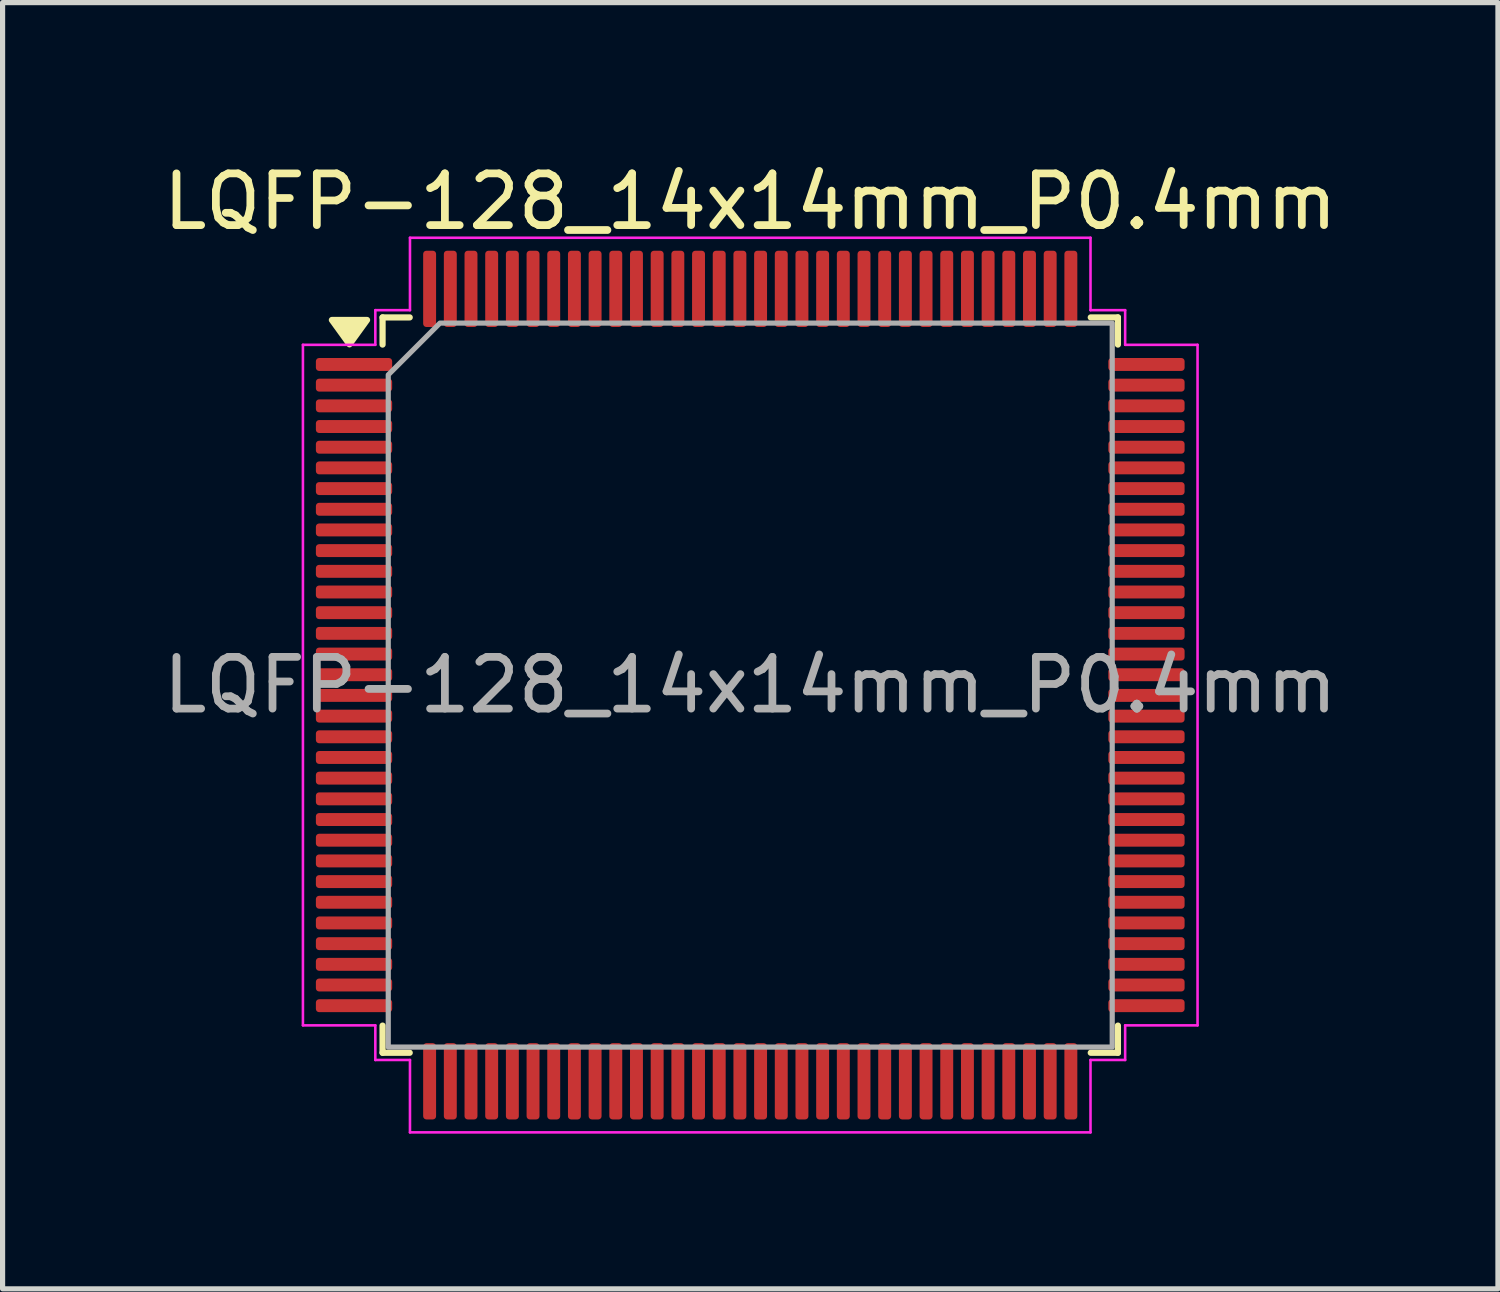
<source format=kicad_pcb>
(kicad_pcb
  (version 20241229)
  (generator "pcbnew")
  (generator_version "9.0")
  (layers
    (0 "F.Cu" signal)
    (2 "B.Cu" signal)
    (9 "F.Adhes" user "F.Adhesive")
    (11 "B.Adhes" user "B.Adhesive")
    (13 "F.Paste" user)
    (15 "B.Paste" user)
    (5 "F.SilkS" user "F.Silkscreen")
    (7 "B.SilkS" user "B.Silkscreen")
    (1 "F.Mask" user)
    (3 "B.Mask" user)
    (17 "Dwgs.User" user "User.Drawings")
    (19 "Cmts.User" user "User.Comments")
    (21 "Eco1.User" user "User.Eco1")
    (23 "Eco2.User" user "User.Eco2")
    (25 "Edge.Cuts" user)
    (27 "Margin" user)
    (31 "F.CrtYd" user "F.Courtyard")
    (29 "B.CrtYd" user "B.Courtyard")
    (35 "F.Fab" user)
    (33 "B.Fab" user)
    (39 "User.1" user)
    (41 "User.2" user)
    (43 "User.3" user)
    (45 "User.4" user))
  (footprint "LQFP-128_14x14mm_P0.4mm"
    (layer "F.Cu")
    (at 11.458 10.198)
    (property "Reference" "LQFP-128_14x14mm_P0.4mm" (at 0 -9.35 0) (layer "F.SilkS") (effects (font (size 1 1) (thickness 0.15))))
    (attr smd)
    (fp_line (start -7.11 -7.11) (end -6.585 -7.11) (stroke (width 0.12) (type solid)) (layer "F.SilkS"))
    (fp_line (start -7.11 -6.585) (end -7.11 -7.11) (stroke (width 0.12) (type solid)) (layer "F.SilkS"))
    (fp_line (start -7.11 7.11) (end -7.11 6.585) (stroke (width 0.12) (type solid)) (layer "F.SilkS"))
    (fp_line (start -6.585 7.11) (end -7.11 7.11) (stroke (width 0.12) (type solid)) (layer "F.SilkS"))
    (fp_line (start 6.585 -7.11) (end 7.11 -7.11) (stroke (width 0.12) (type solid)) (layer "F.SilkS"))
    (fp_line (start 7.11 -7.11) (end 7.11 -6.585) (stroke (width 0.12) (type solid)) (layer "F.SilkS"))
    (fp_line (start 7.11 6.585) (end 7.11 7.11) (stroke (width 0.12) (type solid)) (layer "F.SilkS"))
    (fp_line (start 7.11 7.11) (end 6.585 7.11) (stroke (width 0.12) (type solid)) (layer "F.SilkS"))
    (fp_poly (pts (xy -7.75 -6.59) (xy -8.09 -7.06) (xy -7.41 -7.06)) (stroke (width 0.12) (type solid)) (fill yes) (layer "F.SilkS"))
    (fp_line (start -8.65 -6.58) (end -7.25 -6.58) (stroke (width 0.05) (type solid)) (layer "F.CrtYd"))
    (fp_line (start -8.65 6.58) (end -8.65 -6.58) (stroke (width 0.05) (type solid)) (layer "F.CrtYd"))
    (fp_line (start -7.25 -7.25) (end -6.58 -7.25) (stroke (width 0.05) (type solid)) (layer "F.CrtYd"))
    (fp_line (start -7.25 -6.58) (end -7.25 -7.25) (stroke (width 0.05) (type solid)) (layer "F.CrtYd"))
    (fp_line (start -7.25 6.58) (end -8.65 6.58) (stroke (width 0.05) (type solid)) (layer "F.CrtYd"))
    (fp_line (start -7.25 7.25) (end -7.25 6.58) (stroke (width 0.05) (type solid)) (layer "F.CrtYd"))
    (fp_line (start -6.58 -8.65) (end 6.58 -8.65) (stroke (width 0.05) (type solid)) (layer "F.CrtYd"))
    (fp_line (start -6.58 -7.25) (end -6.58 -8.65) (stroke (width 0.05) (type solid)) (layer "F.CrtYd"))
    (fp_line (start -6.58 7.25) (end -7.25 7.25) (stroke (width 0.05) (type solid)) (layer "F.CrtYd"))
    (fp_line (start -6.58 8.65) (end -6.58 7.25) (stroke (width 0.05) (type solid)) (layer "F.CrtYd"))
    (fp_line (start 6.58 -8.65) (end 6.58 -7.25) (stroke (width 0.05) (type solid)) (layer "F.CrtYd"))
    (fp_line (start 6.58 -7.25) (end 7.25 -7.25) (stroke (width 0.05) (type solid)) (layer "F.CrtYd"))
    (fp_line (start 6.58 7.25) (end 6.58 8.65) (stroke (width 0.05) (type solid)) (layer "F.CrtYd"))
    (fp_line (start 6.58 8.65) (end -6.58 8.65) (stroke (width 0.05) (type solid)) (layer "F.CrtYd"))
    (fp_line (start 7.25 -7.25) (end 7.25 -6.58) (stroke (width 0.05) (type solid)) (layer "F.CrtYd"))
    (fp_line (start 7.25 -6.58) (end 8.65 -6.58) (stroke (width 0.05) (type solid)) (layer "F.CrtYd"))
    (fp_line (start 7.25 6.58) (end 7.25 7.25) (stroke (width 0.05) (type solid)) (layer "F.CrtYd"))
    (fp_line (start 7.25 7.25) (end 6.58 7.25) (stroke (width 0.05) (type solid)) (layer "F.CrtYd"))
    (fp_line (start 8.65 -6.58) (end 8.65 6.58) (stroke (width 0.05) (type solid)) (layer "F.CrtYd"))
    (fp_line (start 8.65 6.58) (end 7.25 6.58) (stroke (width 0.05) (type solid)) (layer "F.CrtYd"))
    (fp_poly (pts (xy -7 -6) (xy -7 7) (xy 7 7) (xy 7 -7) (xy -6 -7)) (stroke (width 0.1) (type solid)) (fill no) (layer "F.Fab"))
    (fp_text user "${REFERENCE}" (at 0 0 0) (layer "F.Fab") (effects (font (size 1 1) (thickness 0.15))))
    (pad "1" smd roundrect (at -7.662 -6.2) (size 1.475 0.25) (layers "F.Cu" "F.Mask" "F.Paste") (roundrect_rratio 0.25))
    (pad "2" smd roundrect (at -7.662 -5.8) (size 1.475 0.25) (layers "F.Cu" "F.Mask" "F.Paste") (roundrect_rratio 0.25))
    (pad "3" smd roundrect (at -7.662 -5.4) (size 1.475 0.25) (layers "F.Cu" "F.Mask" "F.Paste") (roundrect_rratio 0.25))
    (pad "4" smd roundrect (at -7.662 -5) (size 1.475 0.25) (layers "F.Cu" "F.Mask" "F.Paste") (roundrect_rratio 0.25))
    (pad "5" smd roundrect (at -7.662 -4.6) (size 1.475 0.25) (layers "F.Cu" "F.Mask" "F.Paste") (roundrect_rratio 0.25))
    (pad "6" smd roundrect (at -7.662 -4.2) (size 1.475 0.25) (layers "F.Cu" "F.Mask" "F.Paste") (roundrect_rratio 0.25))
    (pad "7" smd roundrect (at -7.662 -3.8) (size 1.475 0.25) (layers "F.Cu" "F.Mask" "F.Paste") (roundrect_rratio 0.25))
    (pad "8" smd roundrect (at -7.662 -3.4) (size 1.475 0.25) (layers "F.Cu" "F.Mask" "F.Paste") (roundrect_rratio 0.25))
    (pad "9" smd roundrect (at -7.662 -3) (size 1.475 0.25) (layers "F.Cu" "F.Mask" "F.Paste") (roundrect_rratio 0.25))
    (pad "10" smd roundrect (at -7.662 -2.6) (size 1.475 0.25) (layers "F.Cu" "F.Mask" "F.Paste") (roundrect_rratio 0.25))
    (pad "11" smd roundrect (at -7.662 -2.2) (size 1.475 0.25) (layers "F.Cu" "F.Mask" "F.Paste") (roundrect_rratio 0.25))
    (pad "12" smd roundrect (at -7.662 -1.8) (size 1.475 0.25) (layers "F.Cu" "F.Mask" "F.Paste") (roundrect_rratio 0.25))
    (pad "13" smd roundrect (at -7.662 -1.4) (size 1.475 0.25) (layers "F.Cu" "F.Mask" "F.Paste") (roundrect_rratio 0.25))
    (pad "14" smd roundrect (at -7.662 -1) (size 1.475 0.25) (layers "F.Cu" "F.Mask" "F.Paste") (roundrect_rratio 0.25))
    (pad "15" smd roundrect (at -7.662 -0.6) (size 1.475 0.25) (layers "F.Cu" "F.Mask" "F.Paste") (roundrect_rratio 0.25))
    (pad "16" smd roundrect (at -7.662 -0.2) (size 1.475 0.25) (layers "F.Cu" "F.Mask" "F.Paste") (roundrect_rratio 0.25))
    (pad "17" smd roundrect (at -7.662 0.2) (size 1.475 0.25) (layers "F.Cu" "F.Mask" "F.Paste") (roundrect_rratio 0.25))
    (pad "18" smd roundrect (at -7.662 0.6) (size 1.475 0.25) (layers "F.Cu" "F.Mask" "F.Paste") (roundrect_rratio 0.25))
    (pad "19" smd roundrect (at -7.662 1) (size 1.475 0.25) (layers "F.Cu" "F.Mask" "F.Paste") (roundrect_rratio 0.25))
    (pad "20" smd roundrect (at -7.662 1.4) (size 1.475 0.25) (layers "F.Cu" "F.Mask" "F.Paste") (roundrect_rratio 0.25))
    (pad "21" smd roundrect (at -7.662 1.8) (size 1.475 0.25) (layers "F.Cu" "F.Mask" "F.Paste") (roundrect_rratio 0.25))
    (pad "22" smd roundrect (at -7.662 2.2) (size 1.475 0.25) (layers "F.Cu" "F.Mask" "F.Paste") (roundrect_rratio 0.25))
    (pad "23" smd roundrect (at -7.662 2.6) (size 1.475 0.25) (layers "F.Cu" "F.Mask" "F.Paste") (roundrect_rratio 0.25))
    (pad "24" smd roundrect (at -7.662 3) (size 1.475 0.25) (layers "F.Cu" "F.Mask" "F.Paste") (roundrect_rratio 0.25))
    (pad "25" smd roundrect (at -7.662 3.4) (size 1.475 0.25) (layers "F.Cu" "F.Mask" "F.Paste") (roundrect_rratio 0.25))
    (pad "26" smd roundrect (at -7.662 3.8) (size 1.475 0.25) (layers "F.Cu" "F.Mask" "F.Paste") (roundrect_rratio 0.25))
    (pad "27" smd roundrect (at -7.662 4.2) (size 1.475 0.25) (layers "F.Cu" "F.Mask" "F.Paste") (roundrect_rratio 0.25))
    (pad "28" smd roundrect (at -7.662 4.6) (size 1.475 0.25) (layers "F.Cu" "F.Mask" "F.Paste") (roundrect_rratio 0.25))
    (pad "29" smd roundrect (at -7.662 5) (size 1.475 0.25) (layers "F.Cu" "F.Mask" "F.Paste") (roundrect_rratio 0.25))
    (pad "30" smd roundrect (at -7.662 5.4) (size 1.475 0.25) (layers "F.Cu" "F.Mask" "F.Paste") (roundrect_rratio 0.25))
    (pad "31" smd roundrect (at -7.662 5.8) (size 1.475 0.25) (layers "F.Cu" "F.Mask" "F.Paste") (roundrect_rratio 0.25))
    (pad "32" smd roundrect (at -7.662 6.2) (size 1.475 0.25) (layers "F.Cu" "F.Mask" "F.Paste") (roundrect_rratio 0.25))
    (pad "33" smd roundrect (at -6.2 7.662) (size 0.25 1.475) (layers "F.Cu" "F.Mask" "F.Paste") (roundrect_rratio 0.25))
    (pad "34" smd roundrect (at -5.8 7.662) (size 0.25 1.475) (layers "F.Cu" "F.Mask" "F.Paste") (roundrect_rratio 0.25))
    (pad "35" smd roundrect (at -5.4 7.662) (size 0.25 1.475) (layers "F.Cu" "F.Mask" "F.Paste") (roundrect_rratio 0.25))
    (pad "36" smd roundrect (at -5 7.662) (size 0.25 1.475) (layers "F.Cu" "F.Mask" "F.Paste") (roundrect_rratio 0.25))
    (pad "37" smd roundrect (at -4.6 7.662) (size 0.25 1.475) (layers "F.Cu" "F.Mask" "F.Paste") (roundrect_rratio 0.25))
    (pad "38" smd roundrect (at -4.2 7.662) (size 0.25 1.475) (layers "F.Cu" "F.Mask" "F.Paste") (roundrect_rratio 0.25))
    (pad "39" smd roundrect (at -3.8 7.662) (size 0.25 1.475) (layers "F.Cu" "F.Mask" "F.Paste") (roundrect_rratio 0.25))
    (pad "40" smd roundrect (at -3.4 7.662) (size 0.25 1.475) (layers "F.Cu" "F.Mask" "F.Paste") (roundrect_rratio 0.25))
    (pad "41" smd roundrect (at -3 7.662) (size 0.25 1.475) (layers "F.Cu" "F.Mask" "F.Paste") (roundrect_rratio 0.25))
    (pad "42" smd roundrect (at -2.6 7.662) (size 0.25 1.475) (layers "F.Cu" "F.Mask" "F.Paste") (roundrect_rratio 0.25))
    (pad "43" smd roundrect (at -2.2 7.662) (size 0.25 1.475) (layers "F.Cu" "F.Mask" "F.Paste") (roundrect_rratio 0.25))
    (pad "44" smd roundrect (at -1.8 7.662) (size 0.25 1.475) (layers "F.Cu" "F.Mask" "F.Paste") (roundrect_rratio 0.25))
    (pad "45" smd roundrect (at -1.4 7.662) (size 0.25 1.475) (layers "F.Cu" "F.Mask" "F.Paste") (roundrect_rratio 0.25))
    (pad "46" smd roundrect (at -1 7.662) (size 0.25 1.475) (layers "F.Cu" "F.Mask" "F.Paste") (roundrect_rratio 0.25))
    (pad "47" smd roundrect (at -0.6 7.662) (size 0.25 1.475) (layers "F.Cu" "F.Mask" "F.Paste") (roundrect_rratio 0.25))
    (pad "48" smd roundrect (at -0.2 7.662) (size 0.25 1.475) (layers "F.Cu" "F.Mask" "F.Paste") (roundrect_rratio 0.25))
    (pad "49" smd roundrect (at 0.2 7.662) (size 0.25 1.475) (layers "F.Cu" "F.Mask" "F.Paste") (roundrect_rratio 0.25))
    (pad "50" smd roundrect (at 0.6 7.662) (size 0.25 1.475) (layers "F.Cu" "F.Mask" "F.Paste") (roundrect_rratio 0.25))
    (pad "51" smd roundrect (at 1 7.662) (size 0.25 1.475) (layers "F.Cu" "F.Mask" "F.Paste") (roundrect_rratio 0.25))
    (pad "52" smd roundrect (at 1.4 7.662) (size 0.25 1.475) (layers "F.Cu" "F.Mask" "F.Paste") (roundrect_rratio 0.25))
    (pad "53" smd roundrect (at 1.8 7.662) (size 0.25 1.475) (layers "F.Cu" "F.Mask" "F.Paste") (roundrect_rratio 0.25))
    (pad "54" smd roundrect (at 2.2 7.662) (size 0.25 1.475) (layers "F.Cu" "F.Mask" "F.Paste") (roundrect_rratio 0.25))
    (pad "55" smd roundrect (at 2.6 7.662) (size 0.25 1.475) (layers "F.Cu" "F.Mask" "F.Paste") (roundrect_rratio 0.25))
    (pad "56" smd roundrect (at 3 7.662) (size 0.25 1.475) (layers "F.Cu" "F.Mask" "F.Paste") (roundrect_rratio 0.25))
    (pad "57" smd roundrect (at 3.4 7.662) (size 0.25 1.475) (layers "F.Cu" "F.Mask" "F.Paste") (roundrect_rratio 0.25))
    (pad "58" smd roundrect (at 3.8 7.662) (size 0.25 1.475) (layers "F.Cu" "F.Mask" "F.Paste") (roundrect_rratio 0.25))
    (pad "59" smd roundrect (at 4.2 7.662) (size 0.25 1.475) (layers "F.Cu" "F.Mask" "F.Paste") (roundrect_rratio 0.25))
    (pad "60" smd roundrect (at 4.6 7.662) (size 0.25 1.475) (layers "F.Cu" "F.Mask" "F.Paste") (roundrect_rratio 0.25))
    (pad "61" smd roundrect (at 5 7.662) (size 0.25 1.475) (layers "F.Cu" "F.Mask" "F.Paste") (roundrect_rratio 0.25))
    (pad "62" smd roundrect (at 5.4 7.662) (size 0.25 1.475) (layers "F.Cu" "F.Mask" "F.Paste") (roundrect_rratio 0.25))
    (pad "63" smd roundrect (at 5.8 7.662) (size 0.25 1.475) (layers "F.Cu" "F.Mask" "F.Paste") (roundrect_rratio 0.25))
    (pad "64" smd roundrect (at 6.2 7.662) (size 0.25 1.475) (layers "F.Cu" "F.Mask" "F.Paste") (roundrect_rratio 0.25))
    (pad "65" smd roundrect (at 7.662 6.2) (size 1.475 0.25) (layers "F.Cu" "F.Mask" "F.Paste") (roundrect_rratio 0.25))
    (pad "66" smd roundrect (at 7.662 5.8) (size 1.475 0.25) (layers "F.Cu" "F.Mask" "F.Paste") (roundrect_rratio 0.25))
    (pad "67" smd roundrect (at 7.662 5.4) (size 1.475 0.25) (layers "F.Cu" "F.Mask" "F.Paste") (roundrect_rratio 0.25))
    (pad "68" smd roundrect (at 7.662 5) (size 1.475 0.25) (layers "F.Cu" "F.Mask" "F.Paste") (roundrect_rratio 0.25))
    (pad "69" smd roundrect (at 7.662 4.6) (size 1.475 0.25) (layers "F.Cu" "F.Mask" "F.Paste") (roundrect_rratio 0.25))
    (pad "70" smd roundrect (at 7.662 4.2) (size 1.475 0.25) (layers "F.Cu" "F.Mask" "F.Paste") (roundrect_rratio 0.25))
    (pad "71" smd roundrect (at 7.662 3.8) (size 1.475 0.25) (layers "F.Cu" "F.Mask" "F.Paste") (roundrect_rratio 0.25))
    (pad "72" smd roundrect (at 7.662 3.4) (size 1.475 0.25) (layers "F.Cu" "F.Mask" "F.Paste") (roundrect_rratio 0.25))
    (pad "73" smd roundrect (at 7.662 3) (size 1.475 0.25) (layers "F.Cu" "F.Mask" "F.Paste") (roundrect_rratio 0.25))
    (pad "74" smd roundrect (at 7.662 2.6) (size 1.475 0.25) (layers "F.Cu" "F.Mask" "F.Paste") (roundrect_rratio 0.25))
    (pad "75" smd roundrect (at 7.662 2.2) (size 1.475 0.25) (layers "F.Cu" "F.Mask" "F.Paste") (roundrect_rratio 0.25))
    (pad "76" smd roundrect (at 7.662 1.8) (size 1.475 0.25) (layers "F.Cu" "F.Mask" "F.Paste") (roundrect_rratio 0.25))
    (pad "77" smd roundrect (at 7.662 1.4) (size 1.475 0.25) (layers "F.Cu" "F.Mask" "F.Paste") (roundrect_rratio 0.25))
    (pad "78" smd roundrect (at 7.662 1) (size 1.475 0.25) (layers "F.Cu" "F.Mask" "F.Paste") (roundrect_rratio 0.25))
    (pad "79" smd roundrect (at 7.662 0.6) (size 1.475 0.25) (layers "F.Cu" "F.Mask" "F.Paste") (roundrect_rratio 0.25))
    (pad "80" smd roundrect (at 7.662 0.2) (size 1.475 0.25) (layers "F.Cu" "F.Mask" "F.Paste") (roundrect_rratio 0.25))
    (pad "81" smd roundrect (at 7.662 -0.2) (size 1.475 0.25) (layers "F.Cu" "F.Mask" "F.Paste") (roundrect_rratio 0.25))
    (pad "82" smd roundrect (at 7.662 -0.6) (size 1.475 0.25) (layers "F.Cu" "F.Mask" "F.Paste") (roundrect_rratio 0.25))
    (pad "83" smd roundrect (at 7.662 -1) (size 1.475 0.25) (layers "F.Cu" "F.Mask" "F.Paste") (roundrect_rratio 0.25))
    (pad "84" smd roundrect (at 7.662 -1.4) (size 1.475 0.25) (layers "F.Cu" "F.Mask" "F.Paste") (roundrect_rratio 0.25))
    (pad "85" smd roundrect (at 7.662 -1.8) (size 1.475 0.25) (layers "F.Cu" "F.Mask" "F.Paste") (roundrect_rratio 0.25))
    (pad "86" smd roundrect (at 7.662 -2.2) (size 1.475 0.25) (layers "F.Cu" "F.Mask" "F.Paste") (roundrect_rratio 0.25))
    (pad "87" smd roundrect (at 7.662 -2.6) (size 1.475 0.25) (layers "F.Cu" "F.Mask" "F.Paste") (roundrect_rratio 0.25))
    (pad "88" smd roundrect (at 7.662 -3) (size 1.475 0.25) (layers "F.Cu" "F.Mask" "F.Paste") (roundrect_rratio 0.25))
    (pad "89" smd roundrect (at 7.662 -3.4) (size 1.475 0.25) (layers "F.Cu" "F.Mask" "F.Paste") (roundrect_rratio 0.25))
    (pad "90" smd roundrect (at 7.662 -3.8) (size 1.475 0.25) (layers "F.Cu" "F.Mask" "F.Paste") (roundrect_rratio 0.25))
    (pad "91" smd roundrect (at 7.662 -4.2) (size 1.475 0.25) (layers "F.Cu" "F.Mask" "F.Paste") (roundrect_rratio 0.25))
    (pad "92" smd roundrect (at 7.662 -4.6) (size 1.475 0.25) (layers "F.Cu" "F.Mask" "F.Paste") (roundrect_rratio 0.25))
    (pad "93" smd roundrect (at 7.662 -5) (size 1.475 0.25) (layers "F.Cu" "F.Mask" "F.Paste") (roundrect_rratio 0.25))
    (pad "94" smd roundrect (at 7.662 -5.4) (size 1.475 0.25) (layers "F.Cu" "F.Mask" "F.Paste") (roundrect_rratio 0.25))
    (pad "95" smd roundrect (at 7.662 -5.8) (size 1.475 0.25) (layers "F.Cu" "F.Mask" "F.Paste") (roundrect_rratio 0.25))
    (pad "96" smd roundrect (at 7.662 -6.2) (size 1.475 0.25) (layers "F.Cu" "F.Mask" "F.Paste") (roundrect_rratio 0.25))
    (pad "97" smd roundrect (at 6.2 -7.662) (size 0.25 1.475) (layers "F.Cu" "F.Mask" "F.Paste") (roundrect_rratio 0.25))
    (pad "98" smd roundrect (at 5.8 -7.662) (size 0.25 1.475) (layers "F.Cu" "F.Mask" "F.Paste") (roundrect_rratio 0.25))
    (pad "99" smd roundrect (at 5.4 -7.662) (size 0.25 1.475) (layers "F.Cu" "F.Mask" "F.Paste") (roundrect_rratio 0.25))
    (pad "100" smd roundrect (at 5 -7.662) (size 0.25 1.475) (layers "F.Cu" "F.Mask" "F.Paste") (roundrect_rratio 0.25))
    (pad "101" smd roundrect (at 4.6 -7.662) (size 0.25 1.475) (layers "F.Cu" "F.Mask" "F.Paste") (roundrect_rratio 0.25))
    (pad "102" smd roundrect (at 4.2 -7.662) (size 0.25 1.475) (layers "F.Cu" "F.Mask" "F.Paste") (roundrect_rratio 0.25))
    (pad "103" smd roundrect (at 3.8 -7.662) (size 0.25 1.475) (layers "F.Cu" "F.Mask" "F.Paste") (roundrect_rratio 0.25))
    (pad "104" smd roundrect (at 3.4 -7.662) (size 0.25 1.475) (layers "F.Cu" "F.Mask" "F.Paste") (roundrect_rratio 0.25))
    (pad "105" smd roundrect (at 3 -7.662) (size 0.25 1.475) (layers "F.Cu" "F.Mask" "F.Paste") (roundrect_rratio 0.25))
    (pad "106" smd roundrect (at 2.6 -7.662) (size 0.25 1.475) (layers "F.Cu" "F.Mask" "F.Paste") (roundrect_rratio 0.25))
    (pad "107" smd roundrect (at 2.2 -7.662) (size 0.25 1.475) (layers "F.Cu" "F.Mask" "F.Paste") (roundrect_rratio 0.25))
    (pad "108" smd roundrect (at 1.8 -7.662) (size 0.25 1.475) (layers "F.Cu" "F.Mask" "F.Paste") (roundrect_rratio 0.25))
    (pad "109" smd roundrect (at 1.4 -7.662) (size 0.25 1.475) (layers "F.Cu" "F.Mask" "F.Paste") (roundrect_rratio 0.25))
    (pad "110" smd roundrect (at 1 -7.662) (size 0.25 1.475) (layers "F.Cu" "F.Mask" "F.Paste") (roundrect_rratio 0.25))
    (pad "111" smd roundrect (at 0.6 -7.662) (size 0.25 1.475) (layers "F.Cu" "F.Mask" "F.Paste") (roundrect_rratio 0.25))
    (pad "112" smd roundrect (at 0.2 -7.662) (size 0.25 1.475) (layers "F.Cu" "F.Mask" "F.Paste") (roundrect_rratio 0.25))
    (pad "113" smd roundrect (at -0.2 -7.662) (size 0.25 1.475) (layers "F.Cu" "F.Mask" "F.Paste") (roundrect_rratio 0.25))
    (pad "114" smd roundrect (at -0.6 -7.662) (size 0.25 1.475) (layers "F.Cu" "F.Mask" "F.Paste") (roundrect_rratio 0.25))
    (pad "115" smd roundrect (at -1 -7.662) (size 0.25 1.475) (layers "F.Cu" "F.Mask" "F.Paste") (roundrect_rratio 0.25))
    (pad "116" smd roundrect (at -1.4 -7.662) (size 0.25 1.475) (layers "F.Cu" "F.Mask" "F.Paste") (roundrect_rratio 0.25))
    (pad "117" smd roundrect (at -1.8 -7.662) (size 0.25 1.475) (layers "F.Cu" "F.Mask" "F.Paste") (roundrect_rratio 0.25))
    (pad "118" smd roundrect (at -2.2 -7.662) (size 0.25 1.475) (layers "F.Cu" "F.Mask" "F.Paste") (roundrect_rratio 0.25))
    (pad "119" smd roundrect (at -2.6 -7.662) (size 0.25 1.475) (layers "F.Cu" "F.Mask" "F.Paste") (roundrect_rratio 0.25))
    (pad "120" smd roundrect (at -3 -7.662) (size 0.25 1.475) (layers "F.Cu" "F.Mask" "F.Paste") (roundrect_rratio 0.25))
    (pad "121" smd roundrect (at -3.4 -7.662) (size 0.25 1.475) (layers "F.Cu" "F.Mask" "F.Paste") (roundrect_rratio 0.25))
    (pad "122" smd roundrect (at -3.8 -7.662) (size 0.25 1.475) (layers "F.Cu" "F.Mask" "F.Paste") (roundrect_rratio 0.25))
    (pad "123" smd roundrect (at -4.2 -7.662) (size 0.25 1.475) (layers "F.Cu" "F.Mask" "F.Paste") (roundrect_rratio 0.25))
    (pad "124" smd roundrect (at -4.6 -7.662) (size 0.25 1.475) (layers "F.Cu" "F.Mask" "F.Paste") (roundrect_rratio 0.25))
    (pad "125" smd roundrect (at -5 -7.662) (size 0.25 1.475) (layers "F.Cu" "F.Mask" "F.Paste") (roundrect_rratio 0.25))
    (pad "126" smd roundrect (at -5.4 -7.662) (size 0.25 1.475) (layers "F.Cu" "F.Mask" "F.Paste") (roundrect_rratio 0.25))
    (pad "127" smd roundrect (at -5.8 -7.662) (size 0.25 1.475) (layers "F.Cu" "F.Mask" "F.Paste") (roundrect_rratio 0.25))
    (pad "128" smd roundrect (at -6.2 -7.662) (size 0.25 1.475) (layers "F.Cu" "F.Mask" "F.Paste") (roundrect_rratio 0.25)))
  (gr_rect
    (start -3 -3)
    (end 25.917 21.873)
    (stroke (width 0.1) (type default))
    (fill no)
    (layer "Edge.Cuts")))
</source>
